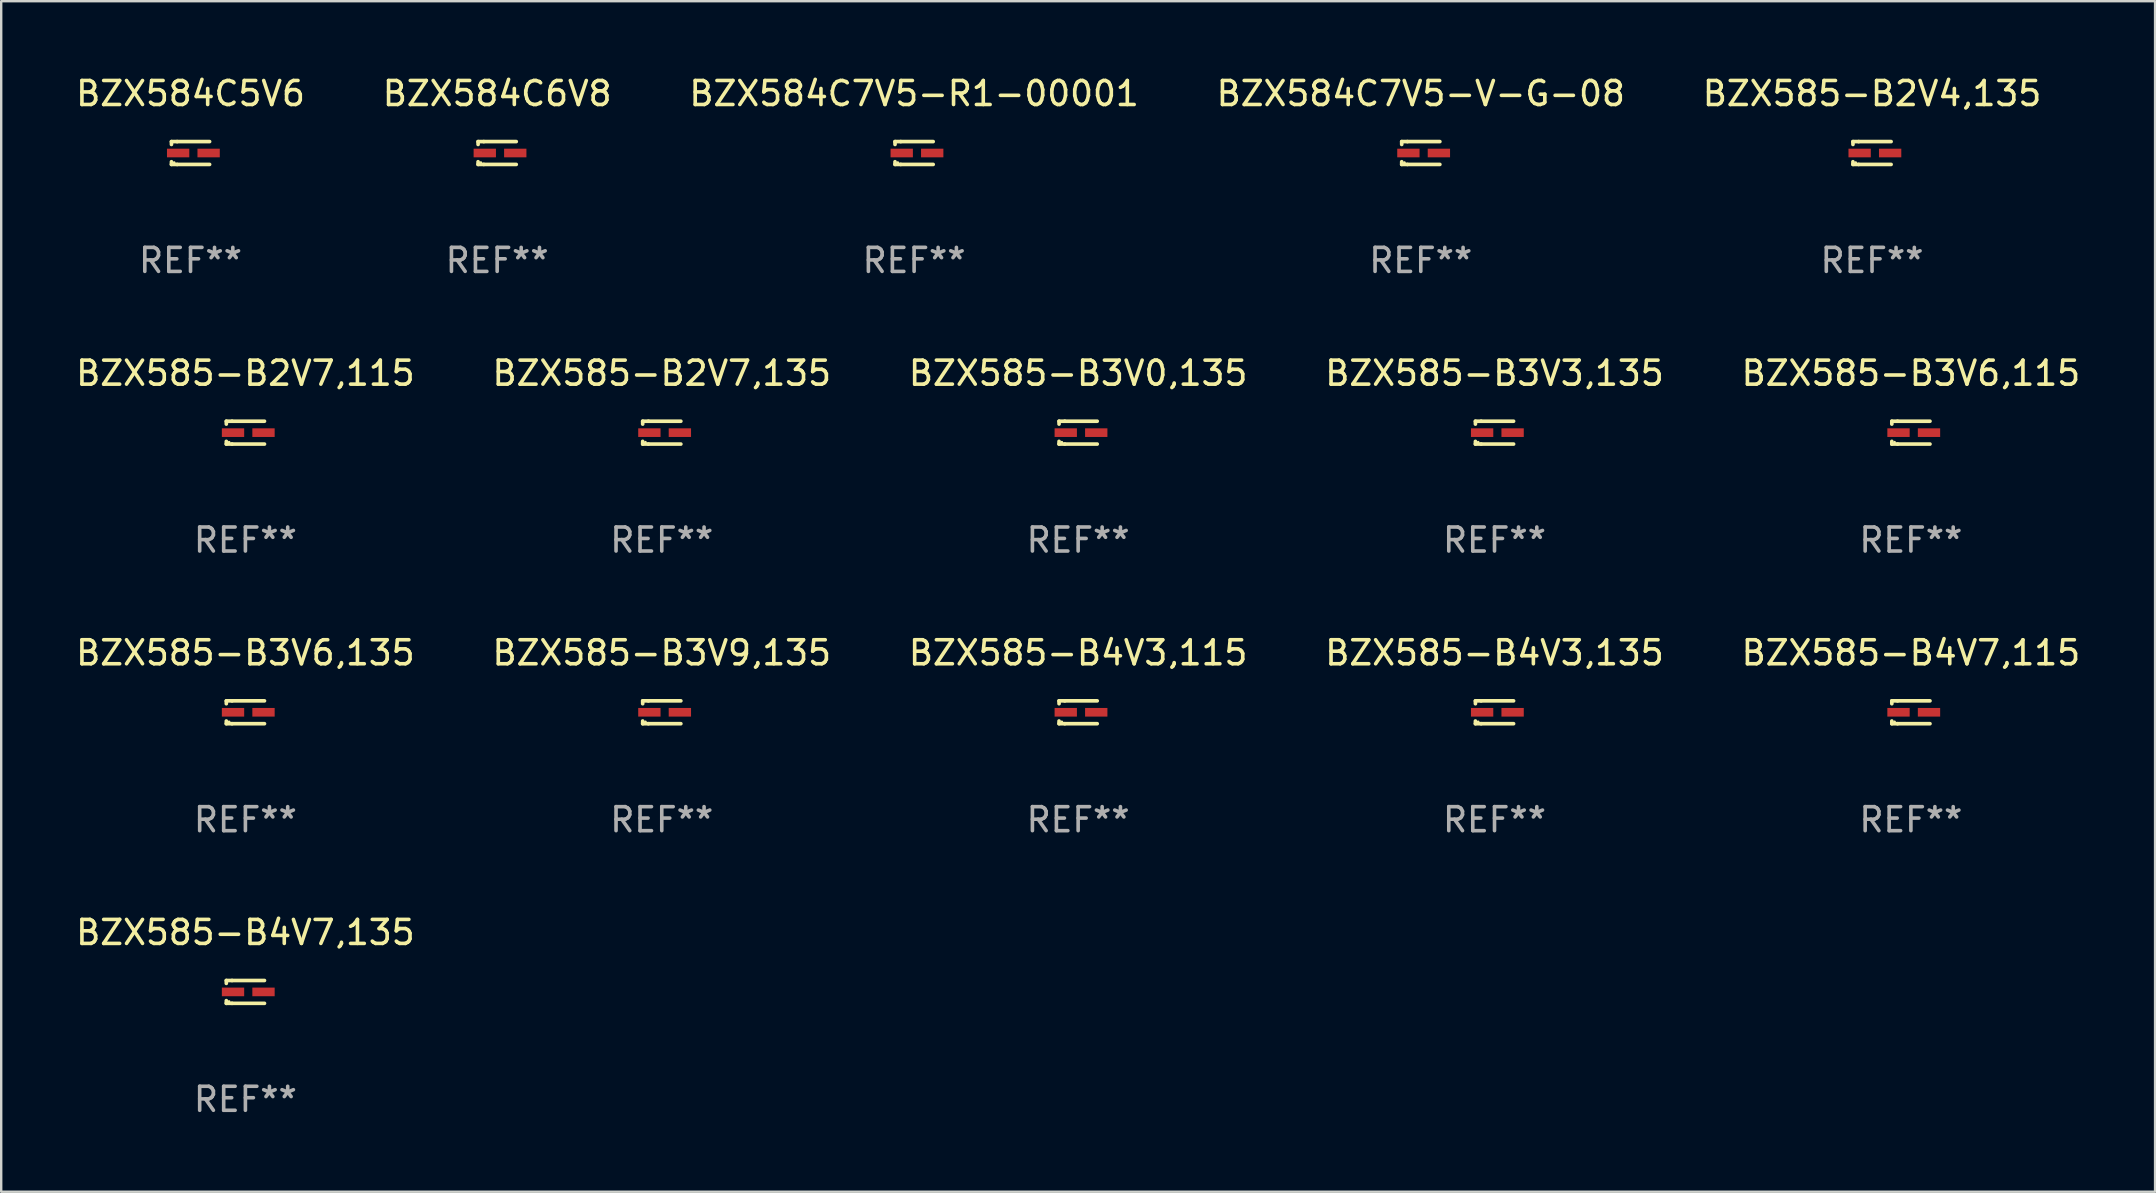
<source format=kicad_pcb>
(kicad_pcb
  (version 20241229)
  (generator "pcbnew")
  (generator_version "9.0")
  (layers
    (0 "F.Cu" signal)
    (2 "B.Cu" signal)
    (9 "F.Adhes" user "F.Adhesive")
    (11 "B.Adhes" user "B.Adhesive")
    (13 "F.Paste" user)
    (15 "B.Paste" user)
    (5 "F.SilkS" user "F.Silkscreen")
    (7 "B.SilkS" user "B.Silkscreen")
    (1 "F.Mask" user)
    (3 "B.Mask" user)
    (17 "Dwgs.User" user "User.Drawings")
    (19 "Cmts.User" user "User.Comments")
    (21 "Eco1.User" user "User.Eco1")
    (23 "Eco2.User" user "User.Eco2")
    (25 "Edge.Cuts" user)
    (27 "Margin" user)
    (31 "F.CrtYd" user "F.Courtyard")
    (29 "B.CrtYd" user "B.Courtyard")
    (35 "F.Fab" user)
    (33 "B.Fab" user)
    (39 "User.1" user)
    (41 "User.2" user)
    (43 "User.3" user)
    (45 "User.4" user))
  (footprint "BZX585-B3V6,115"
    (layer "F.Cu")
    (at 76.554 14.973)
    (property "Reference" "BZX585-B3V6,115" (at 0 -2.476 0) (layer "F.SilkS") (effects (font (size 1 1) (thickness 0.15))))
    (attr through_hole)
    (fp_line (start -0.795 -0.476) (end -0.795 -0.356) (stroke (width 0.152) (type solid)) (layer "F.SilkS"))
    (fp_line (start -0.795 0.363) (end -0.795 0.476) (stroke (width 0.152) (type solid)) (layer "F.SilkS"))
    (fp_line (start -0.795 0.476) (end -0.557 0.476) (stroke (width 0.152) (type solid)) (layer "F.SilkS"))
    (fp_line (start -0.557 -0.476) (end -0.795 -0.476) (stroke (width 0.152) (type solid)) (layer "F.SilkS"))
    (fp_line (start -0.557 -0.476) (end 0.795 -0.476) (stroke (width 0.152) (type solid)) (layer "F.SilkS"))
    (fp_line (start -0.557 0.476) (end 0.795 0.476) (stroke (width 0.152) (type solid)) (layer "F.SilkS"))
    (fp_circle (center -0.681 0.4) (end -0.651 0.4) (stroke (width 0.06) (type solid)) (fill no) (layer "F.SilkS"))
    (fp_text user "REF**" (at 0 4.476 0) (layer "F.Fab") (effects (font (size 1 1) (thickness 0.15))))
    (pad "1" smd rect (at -0.516 0 180) (size 0.93 0.36) (layers "F.Cu" "F.Mask" "F.Paste"))
    (pad "2" smd rect (at 0.754 0 180) (size 0.93 0.36) (layers "F.Cu" "F.Mask" "F.Paste")))
  (footprint "BZX585-B4V3,135"
    (layer "F.Cu")
    (at 59.208 26.622)
    (property "Reference" "BZX585-B4V3,135" (at 0 -2.476 0) (layer "F.SilkS") (effects (font (size 1 1) (thickness 0.15))))
    (attr through_hole)
    (fp_line (start -0.795 -0.476) (end -0.795 -0.356) (stroke (width 0.152) (type solid)) (layer "F.SilkS"))
    (fp_line (start -0.795 0.363) (end -0.795 0.476) (stroke (width 0.152) (type solid)) (layer "F.SilkS"))
    (fp_line (start -0.795 0.476) (end -0.557 0.476) (stroke (width 0.152) (type solid)) (layer "F.SilkS"))
    (fp_line (start -0.557 -0.476) (end -0.795 -0.476) (stroke (width 0.152) (type solid)) (layer "F.SilkS"))
    (fp_line (start -0.557 -0.476) (end 0.795 -0.476) (stroke (width 0.152) (type solid)) (layer "F.SilkS"))
    (fp_line (start -0.557 0.476) (end 0.795 0.476) (stroke (width 0.152) (type solid)) (layer "F.SilkS"))
    (fp_circle (center -0.681 0.4) (end -0.651 0.4) (stroke (width 0.06) (type solid)) (fill no) (layer "F.SilkS"))
    (fp_text user "REF**" (at 0 4.476 0) (layer "F.Fab") (effects (font (size 1 1) (thickness 0.15))))
    (pad "1" smd rect (at -0.516 0 180) (size 0.93 0.36) (layers "F.Cu" "F.Mask" "F.Paste"))
    (pad "2" smd rect (at 0.754 0 180) (size 0.93 0.36) (layers "F.Cu" "F.Mask" "F.Paste")))
  (footprint "BZX584C7V5-R1-00001"
    (layer "F.Cu")
    (at 35.03 3.324)
    (property "Reference" "BZX584C7V5-R1-00001" (at 0 -2.476 0) (layer "F.SilkS") (effects (font (size 1 1) (thickness 0.15))))
    (attr through_hole)
    (fp_line (start -0.795 -0.476) (end -0.795 -0.356) (stroke (width 0.152) (type solid)) (layer "F.SilkS"))
    (fp_line (start -0.795 0.363) (end -0.795 0.476) (stroke (width 0.152) (type solid)) (layer "F.SilkS"))
    (fp_line (start -0.795 0.476) (end -0.557 0.476) (stroke (width 0.152) (type solid)) (layer "F.SilkS"))
    (fp_line (start -0.557 -0.476) (end -0.795 -0.476) (stroke (width 0.152) (type solid)) (layer "F.SilkS"))
    (fp_line (start -0.557 -0.476) (end 0.795 -0.476) (stroke (width 0.152) (type solid)) (layer "F.SilkS"))
    (fp_line (start -0.557 0.476) (end 0.795 0.476) (stroke (width 0.152) (type solid)) (layer "F.SilkS"))
    (fp_circle (center -0.681 0.4) (end -0.651 0.4) (stroke (width 0.06) (type solid)) (fill no) (layer "F.SilkS"))
    (fp_text user "REF**" (at 0 4.476 0) (layer "F.Fab") (effects (font (size 1 1) (thickness 0.15))))
    (pad "1" smd rect (at -0.516 0 180) (size 0.93 0.36) (layers "F.Cu" "F.Mask" "F.Paste"))
    (pad "2" smd rect (at 0.754 0 180) (size 0.93 0.36) (layers "F.Cu" "F.Mask" "F.Paste")))
  (footprint "BZX585-B4V3,115"
    (layer "F.Cu")
    (at 41.863 26.622)
    (property "Reference" "BZX585-B4V3,115" (at 0 -2.476 0) (layer "F.SilkS") (effects (font (size 1 1) (thickness 0.15))))
    (attr through_hole)
    (fp_line (start -0.795 -0.476) (end -0.795 -0.356) (stroke (width 0.152) (type solid)) (layer "F.SilkS"))
    (fp_line (start -0.795 0.363) (end -0.795 0.476) (stroke (width 0.152) (type solid)) (layer "F.SilkS"))
    (fp_line (start -0.795 0.476) (end -0.557 0.476) (stroke (width 0.152) (type solid)) (layer "F.SilkS"))
    (fp_line (start -0.557 -0.476) (end -0.795 -0.476) (stroke (width 0.152) (type solid)) (layer "F.SilkS"))
    (fp_line (start -0.557 -0.476) (end 0.795 -0.476) (stroke (width 0.152) (type solid)) (layer "F.SilkS"))
    (fp_line (start -0.557 0.476) (end 0.795 0.476) (stroke (width 0.152) (type solid)) (layer "F.SilkS"))
    (fp_circle (center -0.681 0.4) (end -0.651 0.4) (stroke (width 0.06) (type solid)) (fill no) (layer "F.SilkS"))
    (fp_text user "REF**" (at 0 4.476 0) (layer "F.Fab") (effects (font (size 1 1) (thickness 0.15))))
    (pad "1" smd rect (at -0.516 0 180) (size 0.93 0.36) (layers "F.Cu" "F.Mask" "F.Paste"))
    (pad "2" smd rect (at 0.754 0 180) (size 0.93 0.36) (layers "F.Cu" "F.Mask" "F.Paste")))
  (footprint "BZX585-B2V7,115"
    (layer "F.Cu")
    (at 7.173 14.973)
    (property "Reference" "BZX585-B2V7,115" (at 0 -2.476 0) (layer "F.SilkS") (effects (font (size 1 1) (thickness 0.15))))
    (attr through_hole)
    (fp_line (start -0.795 -0.476) (end -0.795 -0.356) (stroke (width 0.152) (type solid)) (layer "F.SilkS"))
    (fp_line (start -0.795 0.363) (end -0.795 0.476) (stroke (width 0.152) (type solid)) (layer "F.SilkS"))
    (fp_line (start -0.795 0.476) (end -0.557 0.476) (stroke (width 0.152) (type solid)) (layer "F.SilkS"))
    (fp_line (start -0.557 -0.476) (end -0.795 -0.476) (stroke (width 0.152) (type solid)) (layer "F.SilkS"))
    (fp_line (start -0.557 -0.476) (end 0.795 -0.476) (stroke (width 0.152) (type solid)) (layer "F.SilkS"))
    (fp_line (start -0.557 0.476) (end 0.795 0.476) (stroke (width 0.152) (type solid)) (layer "F.SilkS"))
    (fp_circle (center -0.681 0.4) (end -0.651 0.4) (stroke (width 0.06) (type solid)) (fill no) (layer "F.SilkS"))
    (fp_text user "REF**" (at 0 4.476 0) (layer "F.Fab") (effects (font (size 1 1) (thickness 0.15))))
    (pad "1" smd rect (at -0.516 0 180) (size 0.93 0.36) (layers "F.Cu" "F.Mask" "F.Paste"))
    (pad "2" smd rect (at 0.754 0 180) (size 0.93 0.36) (layers "F.Cu" "F.Mask" "F.Paste")))
  (footprint "BZX585-B4V7,135"
    (layer "F.Cu")
    (at 7.173 38.271)
    (property "Reference" "BZX585-B4V7,135" (at 0 -2.476 0) (layer "F.SilkS") (effects (font (size 1 1) (thickness 0.15))))
    (attr through_hole)
    (fp_line (start -0.795 -0.476) (end -0.795 -0.356) (stroke (width 0.152) (type solid)) (layer "F.SilkS"))
    (fp_line (start -0.795 0.363) (end -0.795 0.476) (stroke (width 0.152) (type solid)) (layer "F.SilkS"))
    (fp_line (start -0.795 0.476) (end -0.557 0.476) (stroke (width 0.152) (type solid)) (layer "F.SilkS"))
    (fp_line (start -0.557 -0.476) (end -0.795 -0.476) (stroke (width 0.152) (type solid)) (layer "F.SilkS"))
    (fp_line (start -0.557 -0.476) (end 0.795 -0.476) (stroke (width 0.152) (type solid)) (layer "F.SilkS"))
    (fp_line (start -0.557 0.476) (end 0.795 0.476) (stroke (width 0.152) (type solid)) (layer "F.SilkS"))
    (fp_circle (center -0.681 0.4) (end -0.651 0.4) (stroke (width 0.06) (type solid)) (fill no) (layer "F.SilkS"))
    (fp_text user "REF**" (at 0 4.476 0) (layer "F.Fab") (effects (font (size 1 1) (thickness 0.15))))
    (pad "1" smd rect (at -0.516 0 180) (size 0.93 0.36) (layers "F.Cu" "F.Mask" "F.Paste"))
    (pad "2" smd rect (at 0.754 0 180) (size 0.93 0.36) (layers "F.Cu" "F.Mask" "F.Paste")))
  (footprint "BZX584C6V8"
    (layer "F.Cu")
    (at 17.661 3.324)
    (property "Reference" "BZX584C6V8" (at 0 -2.476 0) (layer "F.SilkS") (effects (font (size 1 1) (thickness 0.15))))
    (attr through_hole)
    (fp_line (start -0.795 -0.476) (end -0.795 -0.356) (stroke (width 0.152) (type solid)) (layer "F.SilkS"))
    (fp_line (start -0.795 0.363) (end -0.795 0.476) (stroke (width 0.152) (type solid)) (layer "F.SilkS"))
    (fp_line (start -0.795 0.476) (end -0.557 0.476) (stroke (width 0.152) (type solid)) (layer "F.SilkS"))
    (fp_line (start -0.557 -0.476) (end -0.795 -0.476) (stroke (width 0.152) (type solid)) (layer "F.SilkS"))
    (fp_line (start -0.557 -0.476) (end 0.795 -0.476) (stroke (width 0.152) (type solid)) (layer "F.SilkS"))
    (fp_line (start -0.557 0.476) (end 0.795 0.476) (stroke (width 0.152) (type solid)) (layer "F.SilkS"))
    (fp_circle (center -0.681 0.4) (end -0.651 0.4) (stroke (width 0.06) (type solid)) (fill no) (layer "F.SilkS"))
    (fp_text user "REF**" (at 0 4.476 0) (layer "F.Fab") (effects (font (size 1 1) (thickness 0.15))))
    (pad "1" smd rect (at -0.516 0 180) (size 0.93 0.36) (layers "F.Cu" "F.Mask" "F.Paste"))
    (pad "2" smd rect (at 0.754 0 180) (size 0.93 0.36) (layers "F.Cu" "F.Mask" "F.Paste")))
  (footprint "BZX585-B3V0,135"
    (layer "F.Cu")
    (at 41.863 14.973)
    (property "Reference" "BZX585-B3V0,135" (at 0 -2.476 0) (layer "F.SilkS") (effects (font (size 1 1) (thickness 0.15))))
    (attr through_hole)
    (fp_line (start -0.795 -0.476) (end -0.795 -0.356) (stroke (width 0.152) (type solid)) (layer "F.SilkS"))
    (fp_line (start -0.795 0.363) (end -0.795 0.476) (stroke (width 0.152) (type solid)) (layer "F.SilkS"))
    (fp_line (start -0.795 0.476) (end -0.557 0.476) (stroke (width 0.152) (type solid)) (layer "F.SilkS"))
    (fp_line (start -0.557 -0.476) (end -0.795 -0.476) (stroke (width 0.152) (type solid)) (layer "F.SilkS"))
    (fp_line (start -0.557 -0.476) (end 0.795 -0.476) (stroke (width 0.152) (type solid)) (layer "F.SilkS"))
    (fp_line (start -0.557 0.476) (end 0.795 0.476) (stroke (width 0.152) (type solid)) (layer "F.SilkS"))
    (fp_circle (center -0.681 0.4) (end -0.651 0.4) (stroke (width 0.06) (type solid)) (fill no) (layer "F.SilkS"))
    (fp_text user "REF**" (at 0 4.476 0) (layer "F.Fab") (effects (font (size 1 1) (thickness 0.15))))
    (pad "1" smd rect (at -0.516 0 180) (size 0.93 0.36) (layers "F.Cu" "F.Mask" "F.Paste"))
    (pad "2" smd rect (at 0.754 0 180) (size 0.93 0.36) (layers "F.Cu" "F.Mask" "F.Paste")))
  (footprint "BZX584C7V5-V-G-08"
    (layer "F.Cu")
    (at 56.137 3.324)
    (property "Reference" "BZX584C7V5-V-G-08" (at 0 -2.476 0) (layer "F.SilkS") (effects (font (size 1 1) (thickness 0.15))))
    (attr through_hole)
    (fp_line (start -0.795 -0.476) (end -0.795 -0.356) (stroke (width 0.152) (type solid)) (layer "F.SilkS"))
    (fp_line (start -0.795 0.363) (end -0.795 0.476) (stroke (width 0.152) (type solid)) (layer "F.SilkS"))
    (fp_line (start -0.795 0.476) (end -0.557 0.476) (stroke (width 0.152) (type solid)) (layer "F.SilkS"))
    (fp_line (start -0.557 -0.476) (end -0.795 -0.476) (stroke (width 0.152) (type solid)) (layer "F.SilkS"))
    (fp_line (start -0.557 -0.476) (end 0.795 -0.476) (stroke (width 0.152) (type solid)) (layer "F.SilkS"))
    (fp_line (start -0.557 0.476) (end 0.795 0.476) (stroke (width 0.152) (type solid)) (layer "F.SilkS"))
    (fp_circle (center -0.681 0.4) (end -0.651 0.4) (stroke (width 0.06) (type solid)) (fill no) (layer "F.SilkS"))
    (fp_text user "REF**" (at 0 4.476 0) (layer "F.Fab") (effects (font (size 1 1) (thickness 0.15))))
    (pad "1" smd rect (at -0.516 0 180) (size 0.93 0.36) (layers "F.Cu" "F.Mask" "F.Paste"))
    (pad "2" smd rect (at 0.754 0 180) (size 0.93 0.36) (layers "F.Cu" "F.Mask" "F.Paste")))
  (footprint "BZX585-B3V6,135"
    (layer "F.Cu")
    (at 7.173 26.622)
    (property "Reference" "BZX585-B3V6,135" (at 0 -2.476 0) (layer "F.SilkS") (effects (font (size 1 1) (thickness 0.15))))
    (attr through_hole)
    (fp_line (start -0.795 -0.476) (end -0.795 -0.356) (stroke (width 0.152) (type solid)) (layer "F.SilkS"))
    (fp_line (start -0.795 0.363) (end -0.795 0.476) (stroke (width 0.152) (type solid)) (layer "F.SilkS"))
    (fp_line (start -0.795 0.476) (end -0.557 0.476) (stroke (width 0.152) (type solid)) (layer "F.SilkS"))
    (fp_line (start -0.557 -0.476) (end -0.795 -0.476) (stroke (width 0.152) (type solid)) (layer "F.SilkS"))
    (fp_line (start -0.557 -0.476) (end 0.795 -0.476) (stroke (width 0.152) (type solid)) (layer "F.SilkS"))
    (fp_line (start -0.557 0.476) (end 0.795 0.476) (stroke (width 0.152) (type solid)) (layer "F.SilkS"))
    (fp_circle (center -0.681 0.4) (end -0.651 0.4) (stroke (width 0.06) (type solid)) (fill no) (layer "F.SilkS"))
    (fp_text user "REF**" (at 0 4.476 0) (layer "F.Fab") (effects (font (size 1 1) (thickness 0.15))))
    (pad "1" smd rect (at -0.516 0 180) (size 0.93 0.36) (layers "F.Cu" "F.Mask" "F.Paste"))
    (pad "2" smd rect (at 0.754 0 180) (size 0.93 0.36) (layers "F.Cu" "F.Mask" "F.Paste")))
  (footprint "BZX585-B4V7,115"
    (layer "F.Cu")
    (at 76.554 26.622)
    (property "Reference" "BZX585-B4V7,115" (at 0 -2.476 0) (layer "F.SilkS") (effects (font (size 1 1) (thickness 0.15))))
    (attr through_hole)
    (fp_line (start -0.795 -0.476) (end -0.795 -0.356) (stroke (width 0.152) (type solid)) (layer "F.SilkS"))
    (fp_line (start -0.795 0.363) (end -0.795 0.476) (stroke (width 0.152) (type solid)) (layer "F.SilkS"))
    (fp_line (start -0.795 0.476) (end -0.557 0.476) (stroke (width 0.152) (type solid)) (layer "F.SilkS"))
    (fp_line (start -0.557 -0.476) (end -0.795 -0.476) (stroke (width 0.152) (type solid)) (layer "F.SilkS"))
    (fp_line (start -0.557 -0.476) (end 0.795 -0.476) (stroke (width 0.152) (type solid)) (layer "F.SilkS"))
    (fp_line (start -0.557 0.476) (end 0.795 0.476) (stroke (width 0.152) (type solid)) (layer "F.SilkS"))
    (fp_circle (center -0.681 0.4) (end -0.651 0.4) (stroke (width 0.06) (type solid)) (fill no) (layer "F.SilkS"))
    (fp_text user "REF**" (at 0 4.476 0) (layer "F.Fab") (effects (font (size 1 1) (thickness 0.15))))
    (pad "1" smd rect (at -0.516 0 180) (size 0.93 0.36) (layers "F.Cu" "F.Mask" "F.Paste"))
    (pad "2" smd rect (at 0.754 0 180) (size 0.93 0.36) (layers "F.Cu" "F.Mask" "F.Paste")))
  (footprint "BZX585-B2V7,135"
    (layer "F.Cu")
    (at 24.518 14.973)
    (property "Reference" "BZX585-B2V7,135" (at 0 -2.476 0) (layer "F.SilkS") (effects (font (size 1 1) (thickness 0.15))))
    (attr through_hole)
    (fp_line (start -0.795 -0.476) (end -0.795 -0.356) (stroke (width 0.152) (type solid)) (layer "F.SilkS"))
    (fp_line (start -0.795 0.363) (end -0.795 0.476) (stroke (width 0.152) (type solid)) (layer "F.SilkS"))
    (fp_line (start -0.795 0.476) (end -0.557 0.476) (stroke (width 0.152) (type solid)) (layer "F.SilkS"))
    (fp_line (start -0.557 -0.476) (end -0.795 -0.476) (stroke (width 0.152) (type solid)) (layer "F.SilkS"))
    (fp_line (start -0.557 -0.476) (end 0.795 -0.476) (stroke (width 0.152) (type solid)) (layer "F.SilkS"))
    (fp_line (start -0.557 0.476) (end 0.795 0.476) (stroke (width 0.152) (type solid)) (layer "F.SilkS"))
    (fp_circle (center -0.681 0.4) (end -0.651 0.4) (stroke (width 0.06) (type solid)) (fill no) (layer "F.SilkS"))
    (fp_text user "REF**" (at 0 4.476 0) (layer "F.Fab") (effects (font (size 1 1) (thickness 0.15))))
    (pad "1" smd rect (at -0.516 0 180) (size 0.93 0.36) (layers "F.Cu" "F.Mask" "F.Paste"))
    (pad "2" smd rect (at 0.754 0 180) (size 0.93 0.36) (layers "F.Cu" "F.Mask" "F.Paste")))
  (footprint "BZX585-B3V3,135"
    (layer "F.Cu")
    (at 59.208 14.973)
    (property "Reference" "BZX585-B3V3,135" (at 0 -2.476 0) (layer "F.SilkS") (effects (font (size 1 1) (thickness 0.15))))
    (attr through_hole)
    (fp_line (start -0.795 -0.476) (end -0.795 -0.356) (stroke (width 0.152) (type solid)) (layer "F.SilkS"))
    (fp_line (start -0.795 0.363) (end -0.795 0.476) (stroke (width 0.152) (type solid)) (layer "F.SilkS"))
    (fp_line (start -0.795 0.476) (end -0.557 0.476) (stroke (width 0.152) (type solid)) (layer "F.SilkS"))
    (fp_line (start -0.557 -0.476) (end -0.795 -0.476) (stroke (width 0.152) (type solid)) (layer "F.SilkS"))
    (fp_line (start -0.557 -0.476) (end 0.795 -0.476) (stroke (width 0.152) (type solid)) (layer "F.SilkS"))
    (fp_line (start -0.557 0.476) (end 0.795 0.476) (stroke (width 0.152) (type solid)) (layer "F.SilkS"))
    (fp_circle (center -0.681 0.4) (end -0.651 0.4) (stroke (width 0.06) (type solid)) (fill no) (layer "F.SilkS"))
    (fp_text user "REF**" (at 0 4.476 0) (layer "F.Fab") (effects (font (size 1 1) (thickness 0.15))))
    (pad "1" smd rect (at -0.516 0 180) (size 0.93 0.36) (layers "F.Cu" "F.Mask" "F.Paste"))
    (pad "2" smd rect (at 0.754 0 180) (size 0.93 0.36) (layers "F.Cu" "F.Mask" "F.Paste")))
  (footprint "BZX585-B3V9,135"
    (layer "F.Cu")
    (at 24.518 26.622)
    (property "Reference" "BZX585-B3V9,135" (at 0 -2.476 0) (layer "F.SilkS") (effects (font (size 1 1) (thickness 0.15))))
    (attr through_hole)
    (fp_line (start -0.795 -0.476) (end -0.795 -0.356) (stroke (width 0.152) (type solid)) (layer "F.SilkS"))
    (fp_line (start -0.795 0.363) (end -0.795 0.476) (stroke (width 0.152) (type solid)) (layer "F.SilkS"))
    (fp_line (start -0.795 0.476) (end -0.557 0.476) (stroke (width 0.152) (type solid)) (layer "F.SilkS"))
    (fp_line (start -0.557 -0.476) (end -0.795 -0.476) (stroke (width 0.152) (type solid)) (layer "F.SilkS"))
    (fp_line (start -0.557 -0.476) (end 0.795 -0.476) (stroke (width 0.152) (type solid)) (layer "F.SilkS"))
    (fp_line (start -0.557 0.476) (end 0.795 0.476) (stroke (width 0.152) (type solid)) (layer "F.SilkS"))
    (fp_circle (center -0.681 0.4) (end -0.651 0.4) (stroke (width 0.06) (type solid)) (fill no) (layer "F.SilkS"))
    (fp_text user "REF**" (at 0 4.476 0) (layer "F.Fab") (effects (font (size 1 1) (thickness 0.15))))
    (pad "1" smd rect (at -0.516 0 180) (size 0.93 0.36) (layers "F.Cu" "F.Mask" "F.Paste"))
    (pad "2" smd rect (at 0.754 0 180) (size 0.93 0.36) (layers "F.Cu" "F.Mask" "F.Paste")))
  (footprint "BZX584C5V6"
    (layer "F.Cu")
    (at 4.887 3.324)
    (property "Reference" "BZX584C5V6" (at 0 -2.476 0) (layer "F.SilkS") (effects (font (size 1 1) (thickness 0.15))))
    (attr through_hole)
    (fp_line (start -0.795 -0.476) (end -0.795 -0.356) (stroke (width 0.152) (type solid)) (layer "F.SilkS"))
    (fp_line (start -0.795 0.363) (end -0.795 0.476) (stroke (width 0.152) (type solid)) (layer "F.SilkS"))
    (fp_line (start -0.795 0.476) (end -0.557 0.476) (stroke (width 0.152) (type solid)) (layer "F.SilkS"))
    (fp_line (start -0.557 -0.476) (end -0.795 -0.476) (stroke (width 0.152) (type solid)) (layer "F.SilkS"))
    (fp_line (start -0.557 -0.476) (end 0.795 -0.476) (stroke (width 0.152) (type solid)) (layer "F.SilkS"))
    (fp_line (start -0.557 0.476) (end 0.795 0.476) (stroke (width 0.152) (type solid)) (layer "F.SilkS"))
    (fp_circle (center -0.681 0.4) (end -0.651 0.4) (stroke (width 0.06) (type solid)) (fill no) (layer "F.SilkS"))
    (fp_text user "REF**" (at 0 4.476 0) (layer "F.Fab") (effects (font (size 1 1) (thickness 0.15))))
    (pad "1" smd rect (at -0.516 0 180) (size 0.93 0.36) (layers "F.Cu" "F.Mask" "F.Paste"))
    (pad "2" smd rect (at 0.754 0 180) (size 0.93 0.36) (layers "F.Cu" "F.Mask" "F.Paste")))
  (footprint "BZX585-B2V4,135"
    (layer "F.Cu")
    (at 74.935 3.324)
    (property "Reference" "BZX585-B2V4,135" (at 0 -2.476 0) (layer "F.SilkS") (effects (font (size 1 1) (thickness 0.15))))
    (attr through_hole)
    (fp_line (start -0.795 -0.476) (end -0.795 -0.356) (stroke (width 0.152) (type solid)) (layer "F.SilkS"))
    (fp_line (start -0.795 0.363) (end -0.795 0.476) (stroke (width 0.152) (type solid)) (layer "F.SilkS"))
    (fp_line (start -0.795 0.476) (end -0.557 0.476) (stroke (width 0.152) (type solid)) (layer "F.SilkS"))
    (fp_line (start -0.557 -0.476) (end -0.795 -0.476) (stroke (width 0.152) (type solid)) (layer "F.SilkS"))
    (fp_line (start -0.557 -0.476) (end 0.795 -0.476) (stroke (width 0.152) (type solid)) (layer "F.SilkS"))
    (fp_line (start -0.557 0.476) (end 0.795 0.476) (stroke (width 0.152) (type solid)) (layer "F.SilkS"))
    (fp_circle (center -0.681 0.4) (end -0.651 0.4) (stroke (width 0.06) (type solid)) (fill no) (layer "F.SilkS"))
    (fp_text user "REF**" (at 0 4.476 0) (layer "F.Fab") (effects (font (size 1 1) (thickness 0.15))))
    (pad "1" smd rect (at -0.516 0 180) (size 0.93 0.36) (layers "F.Cu" "F.Mask" "F.Paste"))
    (pad "2" smd rect (at 0.754 0 180) (size 0.93 0.36) (layers "F.Cu" "F.Mask" "F.Paste")))
  (gr_rect
    (start -3 -3)
    (end 86.726 46.596)
    (stroke (width 0.1) (type default))
    (fill no)
    (layer "Edge.Cuts")))
</source>
